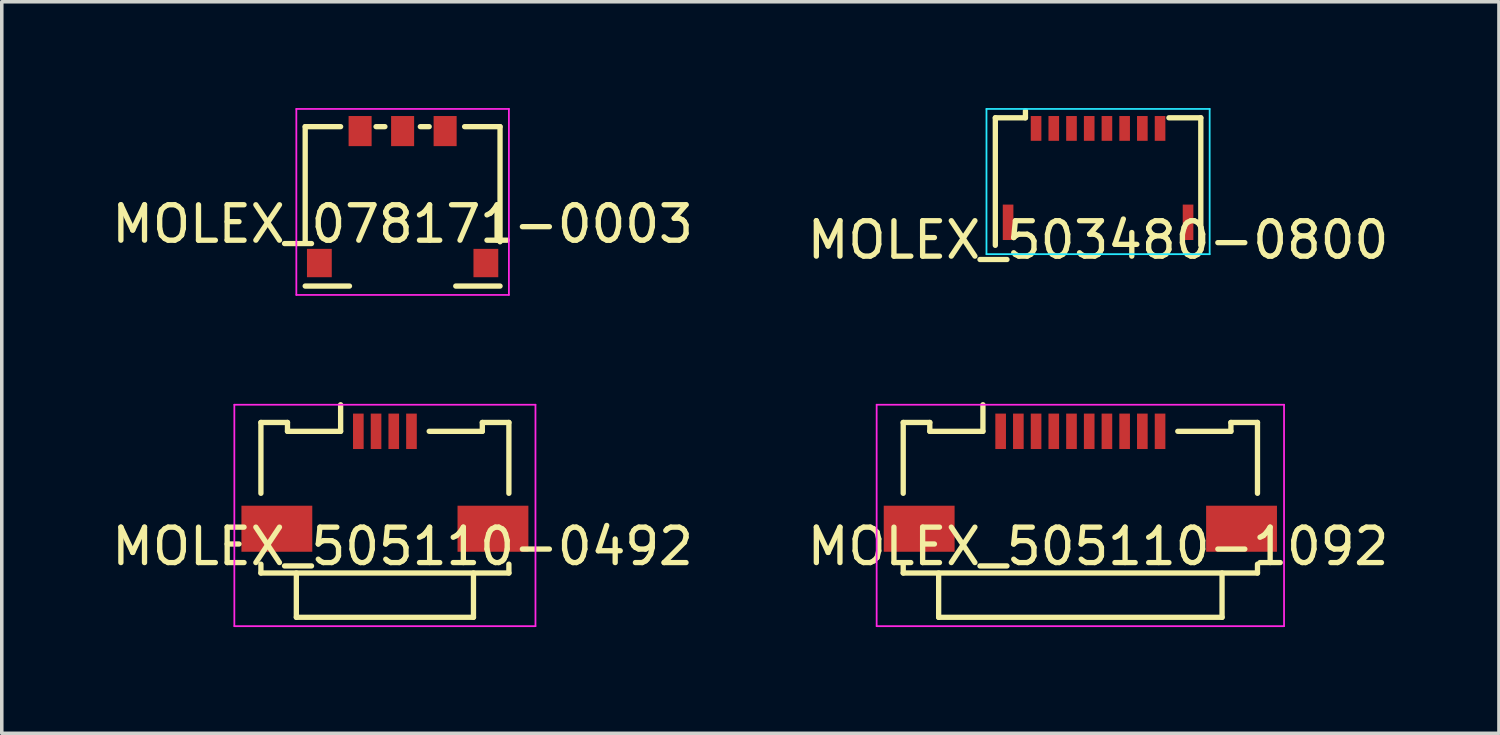
<source format=kicad_pcb>
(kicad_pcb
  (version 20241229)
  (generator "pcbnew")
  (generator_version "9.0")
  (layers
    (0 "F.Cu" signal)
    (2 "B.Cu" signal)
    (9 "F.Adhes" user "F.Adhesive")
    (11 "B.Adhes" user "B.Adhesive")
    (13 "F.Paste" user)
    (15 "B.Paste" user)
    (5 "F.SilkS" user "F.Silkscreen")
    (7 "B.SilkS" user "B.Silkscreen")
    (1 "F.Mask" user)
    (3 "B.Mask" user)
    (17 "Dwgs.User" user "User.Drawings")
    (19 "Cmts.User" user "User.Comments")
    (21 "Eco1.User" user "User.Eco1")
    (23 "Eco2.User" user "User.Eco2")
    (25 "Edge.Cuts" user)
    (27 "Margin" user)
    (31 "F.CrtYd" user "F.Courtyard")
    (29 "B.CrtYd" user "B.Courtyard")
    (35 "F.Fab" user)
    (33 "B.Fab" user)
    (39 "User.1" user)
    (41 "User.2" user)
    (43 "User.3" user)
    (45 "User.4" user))
  (footprint "MOLEX_505110-1092"
    (layer "F.Cu")
    (at 27.446 11.875)
    (property "Reference" "MOLEX_505110-1092" (at 0.5 0.5 0) (layer "F.SilkS") (effects (font (size 1 1) (thickness 0.15))))
    (attr through_hole)
    (fp_line (start -5 -3) (end -4.25 -3) (stroke (width 0.15) (type solid)) (layer "F.SilkS"))
    (fp_line (start -5 -1) (end -5 -3) (stroke (width 0.15) (type solid)) (layer "F.SilkS"))
    (fp_line (start -5 1) (end -5 1.25) (stroke (width 0.15) (type solid)) (layer "F.SilkS"))
    (fp_line (start -5 1.25) (end 5 1.25) (stroke (width 0.15) (type solid)) (layer "F.SilkS"))
    (fp_line (start -4.25 -3) (end -4.25 -2.75) (stroke (width 0.15) (type solid)) (layer "F.SilkS"))
    (fp_line (start -4.25 -2.75) (end -2.75 -2.75) (stroke (width 0.15) (type solid)) (layer "F.SilkS"))
    (fp_line (start -4 1.25) (end -4 2.5) (stroke (width 0.15) (type solid)) (layer "F.SilkS"))
    (fp_line (start -4 2.5) (end 4 2.5) (stroke (width 0.15) (type solid)) (layer "F.SilkS"))
    (fp_line (start -2.75 -2.75) (end -2.75 -3.5) (stroke (width 0.15) (type solid)) (layer "F.SilkS"))
    (fp_line (start 2.75 -2.75) (end 4.25 -2.75) (stroke (width 0.15) (type solid)) (layer "F.SilkS"))
    (fp_line (start 4 2.5) (end 4 1.25) (stroke (width 0.15) (type solid)) (layer "F.SilkS"))
    (fp_line (start 4.25 -3) (end 4.25 -2.75) (stroke (width 0.15) (type solid)) (layer "F.SilkS"))
    (fp_line (start 4.25 -3) (end 5 -3) (stroke (width 0.15) (type solid)) (layer "F.SilkS"))
    (fp_line (start 5 -1) (end 5 -3) (stroke (width 0.15) (type solid)) (layer "F.SilkS"))
    (fp_line (start 5 1.25) (end 5 1) (stroke (width 0.15) (type solid)) (layer "F.SilkS"))
    (fp_line (start -5.75 -3.5) (end -5.75 2.75) (stroke (width 0.05) (type solid)) (layer "F.CrtYd"))
    (fp_line (start -5.75 2.75) (end 5.75 2.75) (stroke (width 0.05) (type solid)) (layer "F.CrtYd"))
    (fp_line (start 5.75 -3.5) (end -5.75 -3.5) (stroke (width 0.05) (type solid)) (layer "F.CrtYd"))
    (fp_line (start 5.75 2.75) (end 5.75 -3.5) (stroke (width 0.05) (type solid)) (layer "F.CrtYd"))
    (pad "" smd rect (at -4.55 0) (size 2 1.3) (layers "F.Cu" "F.Mask" "F.Paste"))
    (pad "" smd rect (at 4.55 0) (size 2 1.3) (layers "F.Cu" "F.Mask" "F.Paste"))
    (pad "1" smd rect (at -2.25 -2.75) (size 0.3 1) (layers "F.Cu" "F.Mask" "F.Paste"))
    (pad "2" smd rect (at -1.75 -2.75) (size 0.3 1) (layers "F.Cu" "F.Mask" "F.Paste"))
    (pad "3" smd rect (at -1.25 -2.75) (size 0.3 1) (layers "F.Cu" "F.Mask" "F.Paste"))
    (pad "4" smd rect (at -0.75 -2.75) (size 0.3 1) (layers "F.Cu" "F.Mask" "F.Paste"))
    (pad "5" smd rect (at -0.25 -2.75) (size 0.3 1) (layers "F.Cu" "F.Mask" "F.Paste"))
    (pad "6" smd rect (at 0.25 -2.75) (size 0.3 1) (layers "F.Cu" "F.Mask" "F.Paste"))
    (pad "7" smd rect (at 0.75 -2.75) (size 0.3 1) (layers "F.Cu" "F.Mask" "F.Paste"))
    (pad "8" smd rect (at 1.25 -2.75) (size 0.3 1) (layers "F.Cu" "F.Mask" "F.Paste"))
    (pad "9" smd rect (at 1.75 -2.75) (size 0.3 1) (layers "F.Cu" "F.Mask" "F.Paste"))
    (pad "10" smd rect (at 2.25 -2.75) (size 0.3 1) (layers "F.Cu" "F.Mask" "F.Paste")))
  (footprint "MOLEX_505110-0492"
    (layer "F.Cu")
    (at 7.815 11.875)
    (property "Reference" "MOLEX_505110-0492" (at 0.5 0.5 0) (layer "F.SilkS") (effects (font (size 1 1) (thickness 0.15))))
    (attr through_hole)
    (fp_line (start -3.5 -3) (end -2.75 -3) (stroke (width 0.15) (type solid)) (layer "F.SilkS"))
    (fp_line (start -3.5 -1) (end -3.5 -3) (stroke (width 0.15) (type solid)) (layer "F.SilkS"))
    (fp_line (start -3.5 1) (end -3.5 1.25) (stroke (width 0.15) (type solid)) (layer "F.SilkS"))
    (fp_line (start -3.5 1.25) (end 3.5 1.25) (stroke (width 0.15) (type solid)) (layer "F.SilkS"))
    (fp_line (start -2.75 -3) (end -2.75 -2.75) (stroke (width 0.15) (type solid)) (layer "F.SilkS"))
    (fp_line (start -2.75 -2.75) (end -1.25 -2.75) (stroke (width 0.15) (type solid)) (layer "F.SilkS"))
    (fp_line (start -2.5 1.25) (end -2.5 2.5) (stroke (width 0.15) (type solid)) (layer "F.SilkS"))
    (fp_line (start -2.5 2.5) (end 2.5 2.5) (stroke (width 0.15) (type solid)) (layer "F.SilkS"))
    (fp_line (start -1.25 -2.75) (end -1.25 -3.5) (stroke (width 0.15) (type solid)) (layer "F.SilkS"))
    (fp_line (start 1.25 -2.75) (end 2.75 -2.75) (stroke (width 0.15) (type solid)) (layer "F.SilkS"))
    (fp_line (start 2.5 2.5) (end 2.5 1.25) (stroke (width 0.15) (type solid)) (layer "F.SilkS"))
    (fp_line (start 2.75 -3) (end 2.75 -2.75) (stroke (width 0.15) (type solid)) (layer "F.SilkS"))
    (fp_line (start 2.75 -3) (end 3.5 -3) (stroke (width 0.15) (type solid)) (layer "F.SilkS"))
    (fp_line (start 3.5 -1) (end 3.5 -3) (stroke (width 0.15) (type solid)) (layer "F.SilkS"))
    (fp_line (start 3.5 1.25) (end 3.5 1) (stroke (width 0.15) (type solid)) (layer "F.SilkS"))
    (fp_line (start -4.25 -3.5) (end -4.25 2.75) (stroke (width 0.05) (type solid)) (layer "F.CrtYd"))
    (fp_line (start -4.25 2.75) (end 4.25 2.75) (stroke (width 0.05) (type solid)) (layer "F.CrtYd"))
    (fp_line (start 4.25 -3.5) (end -4.25 -3.5) (stroke (width 0.05) (type solid)) (layer "F.CrtYd"))
    (fp_line (start 4.25 2.75) (end 4.25 -3.5) (stroke (width 0.05) (type solid)) (layer "F.CrtYd"))
    (pad "" smd rect (at -3.05 0) (size 2 1.3) (layers "F.Cu" "F.Mask" "F.Paste"))
    (pad "" smd rect (at 3.05 0) (size 2 1.3) (layers "F.Cu" "F.Mask" "F.Paste"))
    (pad "1" smd rect (at -0.75 -2.75) (size 0.3 1) (layers "F.Cu" "F.Mask" "F.Paste"))
    (pad "2" smd rect (at -0.25 -2.75) (size 0.3 1) (layers "F.Cu" "F.Mask" "F.Paste"))
    (pad "3" smd rect (at 0.25 -2.75) (size 0.3 1) (layers "F.Cu" "F.Mask" "F.Paste"))
    (pad "4" smd rect (at 0.75 -2.75) (size 0.3 1) (layers "F.Cu" "F.Mask" "F.Paste")))
  (footprint "MOLEX_078171-0003"
    (layer "F.Cu")
    (at 8.315 2.775)
    (property "Reference" "MOLEX_078171-0003" (at 0 0.5 0) (layer "F.SilkS") (effects (font (size 1 1) (thickness 0.15))))
    (attr through_hole)
    (fp_line (start -2.75 -2.25) (end -2.75 1) (stroke (width 0.15) (type solid)) (layer "F.SilkS"))
    (fp_line (start -2.75 2.25) (end -1.5 2.25) (stroke (width 0.15) (type solid)) (layer "F.SilkS"))
    (fp_line (start -1.75 -2.25) (end -2.75 -2.25) (stroke (width 0.15) (type solid)) (layer "F.SilkS"))
    (fp_line (start -0.5 -2.25) (end -0.75 -2.25) (stroke (width 0.15) (type solid)) (layer "F.SilkS"))
    (fp_line (start 0.75 -2.25) (end 0.5 -2.25) (stroke (width 0.15) (type solid)) (layer "F.SilkS"))
    (fp_line (start 2.75 -2.25) (end 1.75 -2.25) (stroke (width 0.15) (type solid)) (layer "F.SilkS"))
    (fp_line (start 2.75 1) (end 2.75 -2.25) (stroke (width 0.15) (type solid)) (layer "F.SilkS"))
    (fp_line (start 2.75 2.25) (end 1.5 2.25) (stroke (width 0.15) (type solid)) (layer "F.SilkS"))
    (fp_line (start -3 -2.75) (end 3 -2.75) (stroke (width 0.05) (type solid)) (layer "F.CrtYd"))
    (fp_line (start -3 2.5) (end -3 -2.75) (stroke (width 0.05) (type solid)) (layer "F.CrtYd"))
    (fp_line (start 3 -2.75) (end 3 2.5) (stroke (width 0.05) (type solid)) (layer "F.CrtYd"))
    (fp_line (start 3 2.5) (end -3 2.5) (stroke (width 0.05) (type solid)) (layer "F.CrtYd"))
    (pad "" smd rect (at -2.35 1.6) (size 0.7 0.8) (layers "F.Cu" "F.Mask" "F.Paste"))
    (pad "" smd rect (at 2.35 1.6) (size 0.7 0.8) (layers "F.Cu" "F.Mask" "F.Paste"))
    (pad "1" smd rect (at -1.2 -2.125) (size 0.65 0.85) (layers "F.Cu" "F.Mask" "F.Paste"))
    (pad "2" smd rect (at 0 -2.125) (size 0.65 0.85) (layers "F.Cu" "F.Mask" "F.Paste"))
    (pad "3" smd rect (at 1.2 -2.125) (size 0.65 0.85) (layers "F.Cu" "F.Mask" "F.Paste")))
  (footprint "MOLEX_503480-0800"
    (layer "F.Cu")
    (at 27.946 3.225)
    (property "Reference" "MOLEX_503480-0800" (at 0 0.5 0) (layer "F.SilkS") (effects (font (size 1 1) (thickness 0.15))))
    (attr smd)
    (fp_line (start -2.9 -2.95) (end -2.05 -2.95) (stroke (width 0.15) (type solid)) (layer "F.SilkS"))
    (fp_line (start -2.9 0.65) (end -2.9 -2.95) (stroke (width 0.15) (type solid)) (layer "F.SilkS"))
    (fp_line (start -2.05 -2.95) (end -2.05 -3.15) (stroke (width 0.15) (type solid)) (layer "F.SilkS"))
    (fp_line (start 2 -2.95) (end 2.9 -2.95) (stroke (width 0.15) (type solid)) (layer "F.SilkS"))
    (fp_line (start 2.9 -2.95) (end 2.9 0.65) (stroke (width 0.15) (type solid)) (layer "F.SilkS"))
    (fp_line (start -3.15 -3.2) (end 3.15 -3.2) (stroke (width 0.05) (type solid)) (layer "B.CrtYd"))
    (fp_line (start -3.15 0.9) (end -3.15 -3.2) (stroke (width 0.05) (type solid)) (layer "B.CrtYd"))
    (fp_line (start 3.15 -3.2) (end 3.15 0.9) (stroke (width 0.05) (type solid)) (layer "B.CrtYd"))
    (fp_line (start 3.15 0.9) (end -3.15 0.9) (stroke (width 0.05) (type solid)) (layer "B.CrtYd"))
    (pad "" smd rect (at -2.54 0) (size 0.3 1) (layers "F.Cu" "F.Mask" "F.Paste"))
    (pad "" smd rect (at 2.54 0) (size 0.3 1) (layers "F.Cu" "F.Mask" "F.Paste"))
    (pad "1" smd rect (at -1.75 -2.65) (size 0.3 0.7) (layers "F.Cu" "F.Mask" "F.Paste"))
    (pad "2" smd rect (at -1.25 -2.65) (size 0.3 0.7) (layers "F.Cu" "F.Mask" "F.Paste"))
    (pad "3" smd rect (at -0.75 -2.65) (size 0.3 0.7) (layers "F.Cu" "F.Mask" "F.Paste"))
    (pad "4" smd rect (at -0.25 -2.65) (size 0.3 0.7) (layers "F.Cu" "F.Mask" "F.Paste"))
    (pad "5" smd rect (at 0.25 -2.65) (size 0.3 0.7) (layers "F.Cu" "F.Mask" "F.Paste"))
    (pad "6" smd rect (at 0.75 -2.65) (size 0.3 0.7) (layers "F.Cu" "F.Mask" "F.Paste"))
    (pad "7" smd rect (at 1.25 -2.65) (size 0.3 0.7) (layers "F.Cu" "F.Mask" "F.Paste"))
    (pad "8" smd rect (at 1.75 -2.65) (size 0.3 0.7) (layers "F.Cu" "F.Mask" "F.Paste")))
  (gr_rect
    (start -3 -3)
    (end 39.262 17.65)
    (stroke (width 0.1) (type default))
    (fill no)
    (layer "Edge.Cuts")))
</source>
